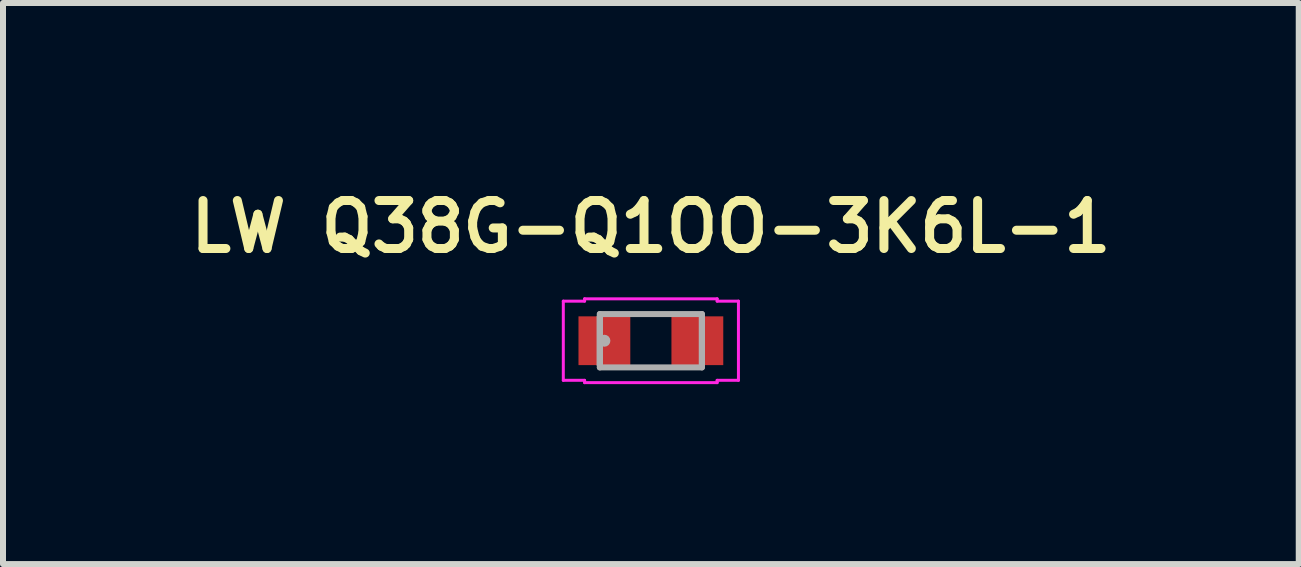
<source format=kicad_pcb>
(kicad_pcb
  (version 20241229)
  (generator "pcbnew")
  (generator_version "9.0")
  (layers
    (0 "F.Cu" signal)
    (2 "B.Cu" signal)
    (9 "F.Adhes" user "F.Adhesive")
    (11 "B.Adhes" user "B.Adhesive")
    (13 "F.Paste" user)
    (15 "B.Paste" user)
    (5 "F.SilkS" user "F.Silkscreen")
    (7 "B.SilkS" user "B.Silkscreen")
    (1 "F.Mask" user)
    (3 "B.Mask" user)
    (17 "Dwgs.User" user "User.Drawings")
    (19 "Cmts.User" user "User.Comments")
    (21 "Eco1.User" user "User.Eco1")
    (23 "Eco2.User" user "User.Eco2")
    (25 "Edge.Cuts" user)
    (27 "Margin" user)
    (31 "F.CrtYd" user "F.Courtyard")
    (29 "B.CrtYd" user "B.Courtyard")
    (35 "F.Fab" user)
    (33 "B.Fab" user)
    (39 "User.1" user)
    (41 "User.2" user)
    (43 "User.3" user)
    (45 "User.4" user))
  (footprint "LW Q38G-Q1OO-3K6L-1"
    (layer "F.Cu")
    (at 7.802 2.631)
    (property "Reference" "LW Q38G-Q1OO-3K6L-1" (at 0 -1.9 0) (layer "F.SilkS") (effects (font (size 0.8 0.8) (thickness 0.15))))
    (attr through_hole)
    (fp_line (start -1.46 -0.66) (end -1.105 -0.66) (stroke (width 0.05) (type solid)) (layer "F.CrtYd"))
    (fp_line (start -1.46 0.66) (end -1.46 -0.66) (stroke (width 0.05) (type solid)) (layer "F.CrtYd"))
    (fp_line (start -1.105 -0.699) (end 1.105 -0.699) (stroke (width 0.05) (type solid)) (layer "F.CrtYd"))
    (fp_line (start -1.105 -0.66) (end -1.105 -0.699) (stroke (width 0.05) (type solid)) (layer "F.CrtYd"))
    (fp_line (start -1.105 0.66) (end -1.46 0.66) (stroke (width 0.05) (type solid)) (layer "F.CrtYd"))
    (fp_line (start -1.105 0.699) (end -1.105 0.66) (stroke (width 0.05) (type solid)) (layer "F.CrtYd"))
    (fp_line (start 1.105 -0.699) (end 1.105 -0.66) (stroke (width 0.05) (type solid)) (layer "F.CrtYd"))
    (fp_line (start 1.105 -0.66) (end 1.46 -0.66) (stroke (width 0.05) (type solid)) (layer "F.CrtYd"))
    (fp_line (start 1.105 0.66) (end 1.105 0.699) (stroke (width 0.05) (type solid)) (layer "F.CrtYd"))
    (fp_line (start 1.105 0.699) (end -1.105 0.699) (stroke (width 0.05) (type solid)) (layer "F.CrtYd"))
    (fp_line (start 1.46 -0.66) (end 1.46 0.66) (stroke (width 0.05) (type solid)) (layer "F.CrtYd"))
    (fp_line (start 1.46 0.66) (end 1.105 0.66) (stroke (width 0.05) (type solid)) (layer "F.CrtYd"))
    (fp_line (start -0.851 -0.445) (end -0.851 0.445) (stroke (width 0.1) (type solid)) (layer "F.Fab"))
    (fp_line (start -0.851 -0.406) (end -0.851 -0.406) (stroke (width 0.1) (type solid)) (layer "F.Fab"))
    (fp_line (start -0.851 -0.406) (end -0.851 0.406) (stroke (width 0.1) (type solid)) (layer "F.Fab"))
    (fp_line (start -0.851 0.406) (end -0.851 -0.406) (stroke (width 0.1) (type solid)) (layer "F.Fab"))
    (fp_line (start -0.851 0.406) (end -0.851 0.406) (stroke (width 0.1) (type solid)) (layer "F.Fab"))
    (fp_line (start -0.851 0.445) (end 0.851 0.445) (stroke (width 0.1) (type solid)) (layer "F.Fab"))
    (fp_line (start 0.851 -0.445) (end -0.851 -0.445) (stroke (width 0.1) (type solid)) (layer "F.Fab"))
    (fp_line (start 0.851 -0.406) (end 0.851 -0.406) (stroke (width 0.1) (type solid)) (layer "F.Fab"))
    (fp_line (start 0.851 -0.406) (end 0.851 0.406) (stroke (width 0.1) (type solid)) (layer "F.Fab"))
    (fp_line (start 0.851 0.406) (end 0.851 -0.406) (stroke (width 0.1) (type solid)) (layer "F.Fab"))
    (fp_line (start 0.851 0.406) (end 0.851 0.406) (stroke (width 0.1) (type solid)) (layer "F.Fab"))
    (fp_line (start 0.851 0.445) (end 0.851 -0.445) (stroke (width 0.1) (type solid)) (layer "F.Fab"))
    (fp_circle (center -0.775 0) (end -0.775 0) (stroke (width 0.1) (type solid)) (fill no) (layer "F.Fab"))
    (pad "1" smd rect (at -0.775 0) (size 0.864 0.813) (layers "F.Cu" "F.Mask" "F.Paste"))
    (pad "2" smd rect (at 0.775 0) (size 0.864 0.813) (layers "F.Cu" "F.Mask" "F.Paste")))
  (gr_rect
    (start -3 -3)
    (end 18.604 6.355)
    (stroke (width 0.1) (type default))
    (fill no)
    (layer "Edge.Cuts")))
</source>
